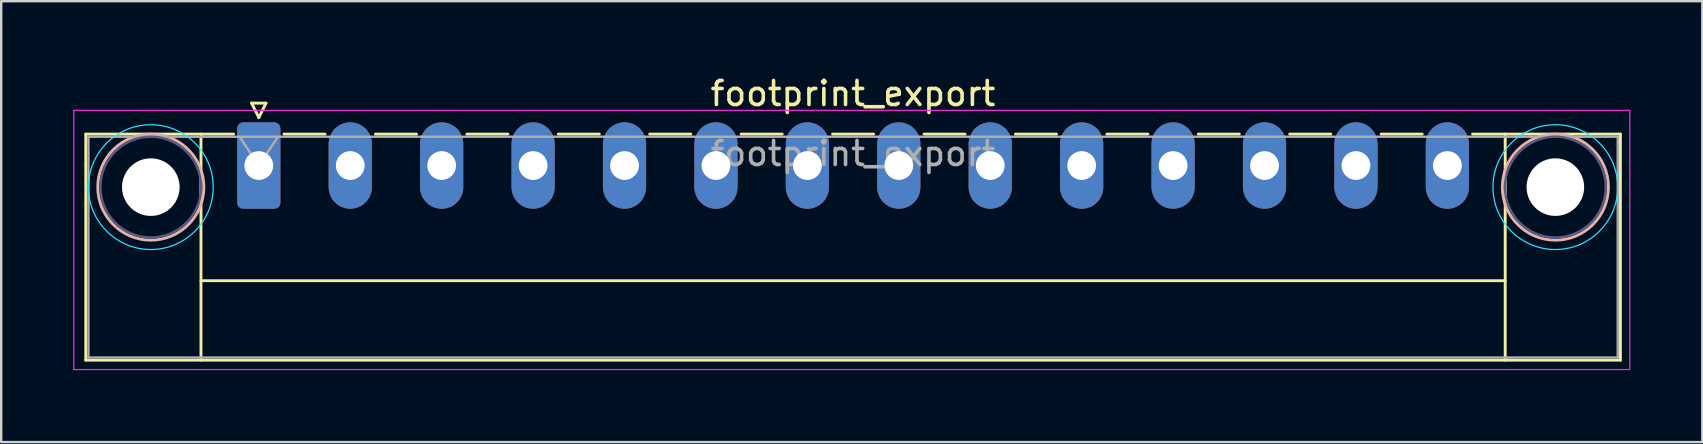
<source format=kicad_pcb>
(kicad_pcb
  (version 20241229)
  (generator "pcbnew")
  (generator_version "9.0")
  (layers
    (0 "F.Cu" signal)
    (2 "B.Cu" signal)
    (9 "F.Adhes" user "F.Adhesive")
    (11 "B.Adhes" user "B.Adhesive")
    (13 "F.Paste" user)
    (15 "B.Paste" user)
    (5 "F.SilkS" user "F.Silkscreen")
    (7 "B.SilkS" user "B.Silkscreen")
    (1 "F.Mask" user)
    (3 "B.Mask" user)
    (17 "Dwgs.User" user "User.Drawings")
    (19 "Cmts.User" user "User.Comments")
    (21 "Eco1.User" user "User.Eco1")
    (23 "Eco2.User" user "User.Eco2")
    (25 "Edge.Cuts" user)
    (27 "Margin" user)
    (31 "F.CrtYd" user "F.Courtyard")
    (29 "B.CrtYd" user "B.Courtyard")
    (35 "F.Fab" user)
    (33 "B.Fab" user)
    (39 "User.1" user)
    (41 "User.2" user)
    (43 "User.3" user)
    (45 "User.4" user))
  (footprint "footprint_export"
    (layer "F.Cu")
    (at 7.735 3.848)
    (property "Reference" "footprint_export" (at 24.76 -3 0) (layer "F.SilkS") (effects (font (size 1 1) (thickness 0.15))))
    (attr through_hole)
    (fp_line (start -7.21 -1.31) (end -7.21 8.11) (stroke (width 0.12) (type solid)) (layer "F.SilkS"))
    (fp_line (start -7.21 -1.31) (end -1.05 -1.31) (stroke (width 0.12) (type solid)) (layer "F.SilkS"))
    (fp_line (start -7.21 8.11) (end 56.74 8.11) (stroke (width 0.12) (type solid)) (layer "F.SilkS"))
    (fp_line (start -2.41 -1.31) (end -2.41 8.11) (stroke (width 0.12) (type solid)) (layer "F.SilkS"))
    (fp_line (start -2.41 4.8) (end 51.94 4.8) (stroke (width 0.12) (type solid)) (layer "F.SilkS"))
    (fp_line (start -0.3 -2.6) (end 0.3 -2.6) (stroke (width 0.12) (type solid)) (layer "F.SilkS"))
    (fp_line (start 0 -2) (end -0.3 -2.6) (stroke (width 0.12) (type solid)) (layer "F.SilkS"))
    (fp_line (start 0.3 -2.6) (end 0 -2) (stroke (width 0.12) (type solid)) (layer "F.SilkS"))
    (fp_line (start 1.05 -1.31) (end 2.76 -1.31) (stroke (width 0.12) (type solid)) (layer "F.SilkS"))
    (fp_line (start 4.86 -1.31) (end 6.57 -1.31) (stroke (width 0.12) (type solid)) (layer "F.SilkS"))
    (fp_line (start 8.67 -1.31) (end 10.38 -1.31) (stroke (width 0.12) (type solid)) (layer "F.SilkS"))
    (fp_line (start 12.48 -1.31) (end 14.19 -1.31) (stroke (width 0.12) (type solid)) (layer "F.SilkS"))
    (fp_line (start 16.29 -1.31) (end 18 -1.31) (stroke (width 0.12) (type solid)) (layer "F.SilkS"))
    (fp_line (start 20.1 -1.31) (end 21.81 -1.31) (stroke (width 0.12) (type solid)) (layer "F.SilkS"))
    (fp_line (start 23.91 -1.31) (end 25.62 -1.31) (stroke (width 0.12) (type solid)) (layer "F.SilkS"))
    (fp_line (start 27.72 -1.31) (end 29.43 -1.31) (stroke (width 0.12) (type solid)) (layer "F.SilkS"))
    (fp_line (start 31.53 -1.31) (end 33.24 -1.31) (stroke (width 0.12) (type solid)) (layer "F.SilkS"))
    (fp_line (start 35.34 -1.31) (end 37.05 -1.31) (stroke (width 0.12) (type solid)) (layer "F.SilkS"))
    (fp_line (start 39.15 -1.31) (end 40.86 -1.31) (stroke (width 0.12) (type solid)) (layer "F.SilkS"))
    (fp_line (start 42.96 -1.31) (end 44.67 -1.31) (stroke (width 0.12) (type solid)) (layer "F.SilkS"))
    (fp_line (start 46.77 -1.31) (end 48.48 -1.31) (stroke (width 0.12) (type solid)) (layer "F.SilkS"))
    (fp_line (start 51.94 -1.31) (end 51.94 8.11) (stroke (width 0.12) (type solid)) (layer "F.SilkS"))
    (fp_line (start 56.74 -1.31) (end 50.58 -1.31) (stroke (width 0.12) (type solid)) (layer "F.SilkS"))
    (fp_line (start 56.74 8.11) (end 56.74 -1.31) (stroke (width 0.12) (type solid)) (layer "F.SilkS"))
    (fp_circle (center -4.5 0.9) (end -2.29 0.9) (stroke (width 0.12) (type solid)) (fill no) (layer "B.SilkS"))
    (fp_circle (center 54.03 0.9) (end 56.24 0.9) (stroke (width 0.12) (type solid)) (fill no) (layer "B.SilkS"))
    (fp_circle (center -4.5 0.9) (end -1.9 0.9) (stroke (width 0.05) (type solid)) (fill no) (layer "B.CrtYd"))
    (fp_circle (center 54.03 0.9) (end 56.63 0.9) (stroke (width 0.05) (type solid)) (fill no) (layer "B.CrtYd"))
    (fp_line (start -7.71 -2.3) (end -7.71 8.5) (stroke (width 0.05) (type solid)) (layer "F.CrtYd"))
    (fp_line (start -7.71 8.5) (end 57.13 8.5) (stroke (width 0.05) (type solid)) (layer "F.CrtYd"))
    (fp_line (start 57.13 -2.3) (end -7.71 -2.3) (stroke (width 0.05) (type solid)) (layer "F.CrtYd"))
    (fp_line (start 57.13 8.5) (end 57.13 -2.3) (stroke (width 0.05) (type solid)) (layer "F.CrtYd"))
    (fp_circle (center -4.5 0.9) (end -2.4 0.9) (stroke (width 0.1) (type solid)) (fill no) (layer "B.Fab"))
    (fp_circle (center 54.03 0.9) (end 56.13 0.9) (stroke (width 0.1) (type solid)) (fill no) (layer "B.Fab"))
    (fp_line (start -7.1 -1.2) (end -7.1 8) (stroke (width 0.1) (type solid)) (layer "F.Fab"))
    (fp_line (start -7.1 8) (end 56.63 8) (stroke (width 0.1) (type solid)) (layer "F.Fab"))
    (fp_line (start 0 0) (end -0.8 -1.2) (stroke (width 0.1) (type solid)) (layer "F.Fab"))
    (fp_line (start 0.8 -1.2) (end 0 0) (stroke (width 0.1) (type solid)) (layer "F.Fab"))
    (fp_line (start 56.63 -1.2) (end -7.1 -1.2) (stroke (width 0.1) (type solid)) (layer "F.Fab"))
    (fp_line (start 56.63 8) (end 56.63 -1.2) (stroke (width 0.1) (type solid)) (layer "F.Fab"))
    (fp_text user "${REFERENCE}" (at 24.76 -0.5 0) (layer "F.Fab") (effects (font (size 1 1) (thickness 0.15))))
    (pad "" np_thru_hole circle (at -4.5 0.9) (size 2.4 2.4) (drill 2.4) (layers "*.Cu" "*.Mask"))
    (pad "" np_thru_hole circle (at 54.03 0.9) (size 2.4 2.4) (drill 2.4) (layers "*.Cu" "*.Mask"))
    (pad "1" thru_hole roundrect (at 0 0) (size 1.8 3.6) (drill 1.2) (layers "*.Cu" "*.Mask") (roundrect_rratio 0.139))
    (pad "2" thru_hole oval (at 3.81 0) (size 1.8 3.6) (drill 1.2) (layers "*.Cu" "*.Mask"))
    (pad "3" thru_hole oval (at 7.62 0) (size 1.8 3.6) (drill 1.2) (layers "*.Cu" "*.Mask"))
    (pad "4" thru_hole oval (at 11.43 0) (size 1.8 3.6) (drill 1.2) (layers "*.Cu" "*.Mask"))
    (pad "5" thru_hole oval (at 15.24 0) (size 1.8 3.6) (drill 1.2) (layers "*.Cu" "*.Mask"))
    (pad "6" thru_hole oval (at 19.05 0) (size 1.8 3.6) (drill 1.2) (layers "*.Cu" "*.Mask"))
    (pad "7" thru_hole oval (at 22.86 0) (size 1.8 3.6) (drill 1.2) (layers "*.Cu" "*.Mask"))
    (pad "8" thru_hole oval (at 26.67 0) (size 1.8 3.6) (drill 1.2) (layers "*.Cu" "*.Mask"))
    (pad "9" thru_hole oval (at 30.48 0) (size 1.8 3.6) (drill 1.2) (layers "*.Cu" "*.Mask"))
    (pad "10" thru_hole oval (at 34.29 0) (size 1.8 3.6) (drill 1.2) (layers "*.Cu" "*.Mask"))
    (pad "11" thru_hole oval (at 38.1 0) (size 1.8 3.6) (drill 1.2) (layers "*.Cu" "*.Mask"))
    (pad "12" thru_hole oval (at 41.91 0) (size 1.8 3.6) (drill 1.2) (layers "*.Cu" "*.Mask"))
    (pad "13" thru_hole oval (at 45.72 0) (size 1.8 3.6) (drill 1.2) (layers "*.Cu" "*.Mask"))
    (pad "14" thru_hole oval (at 49.53 0) (size 1.8 3.6) (drill 1.2) (layers "*.Cu" "*.Mask")))
  (gr_rect
    (start -3 -3)
    (end 67.89 15.373)
    (stroke (width 0.1) (type default))
    (fill no)
    (layer "Edge.Cuts")))
</source>
